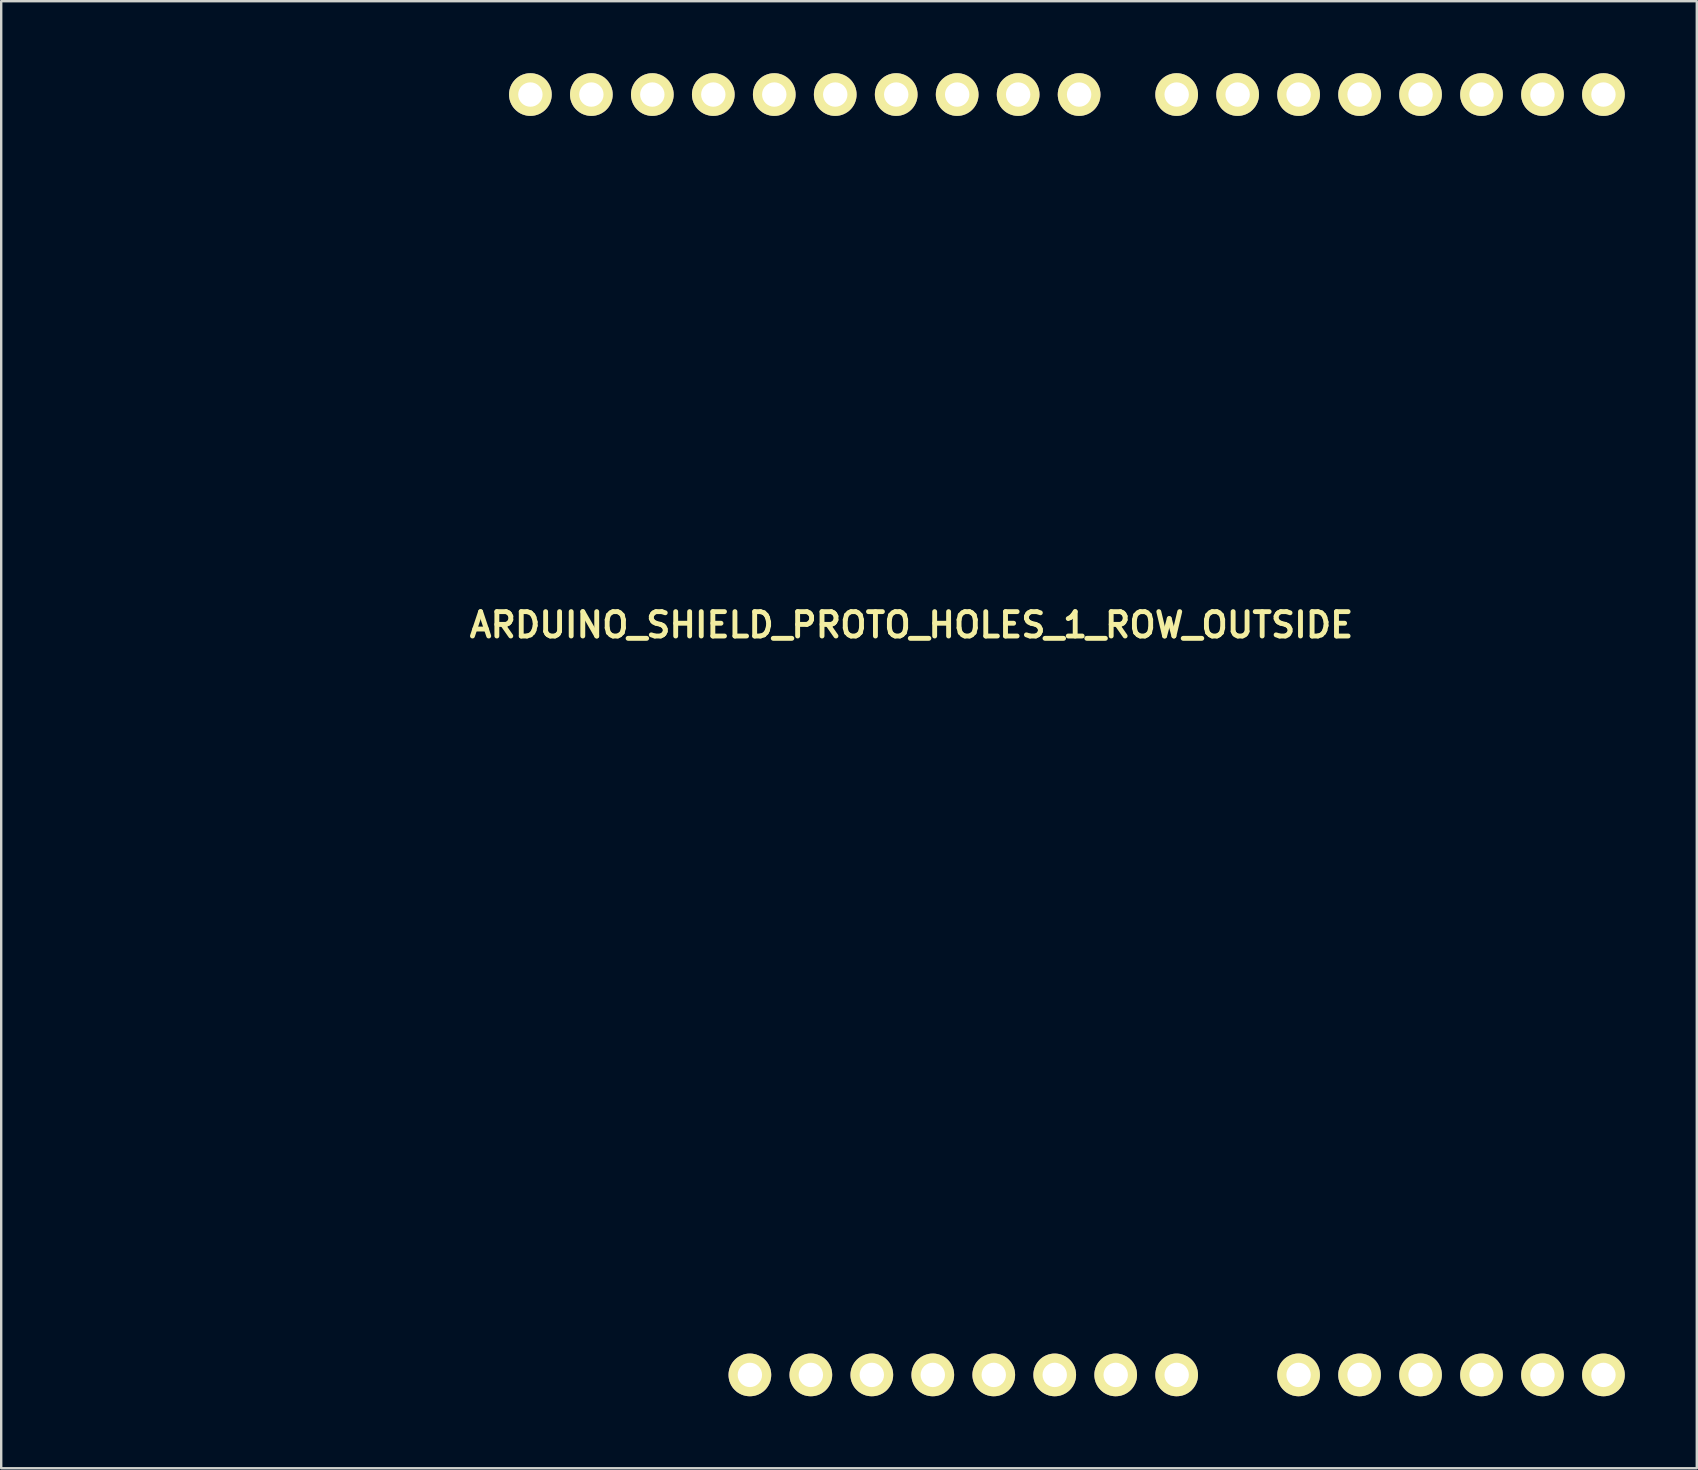
<source format=kicad_pcb>
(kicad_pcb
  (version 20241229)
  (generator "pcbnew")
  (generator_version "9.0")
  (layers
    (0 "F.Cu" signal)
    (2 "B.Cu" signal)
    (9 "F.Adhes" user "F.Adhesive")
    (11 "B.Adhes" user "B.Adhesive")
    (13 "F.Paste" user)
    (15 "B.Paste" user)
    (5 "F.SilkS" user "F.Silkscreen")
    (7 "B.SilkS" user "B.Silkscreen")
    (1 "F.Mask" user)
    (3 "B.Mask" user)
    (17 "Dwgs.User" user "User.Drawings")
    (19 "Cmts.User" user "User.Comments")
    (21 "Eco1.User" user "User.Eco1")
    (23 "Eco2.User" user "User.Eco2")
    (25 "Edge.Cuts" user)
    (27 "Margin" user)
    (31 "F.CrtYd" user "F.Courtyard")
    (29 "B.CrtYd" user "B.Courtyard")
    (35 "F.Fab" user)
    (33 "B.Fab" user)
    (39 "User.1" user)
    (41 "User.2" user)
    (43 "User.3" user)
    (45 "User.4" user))
  (footprint "ARDUINO_SHIELD_PROTO_HOLES_1_ROW_OUTSIDE"
    (layer "F.Cu")
    (at 0.25 54.229)
    (property "Reference" "ARDUINO_SHIELD_PROTO_HOLES_1_ROW_OUTSIDE" (at 34.671 -31.242 0) (layer "F.SilkS") (effects (font (size 1.016 1.016) (thickness 0.203))))
    (attr through_hole)
    (pad "0" thru_hole circle (at 63.5 -53.34) (size 1.778 1.778) (drill 1.016) (layers "*.Cu" "*.Mask" "F.SilkS"))
    (pad "1" thru_hole circle (at 60.96 -53.34) (size 1.778 1.778) (drill 1.016) (layers "*.Cu" "*.Mask" "F.SilkS"))
    (pad "2" thru_hole circle (at 58.42 -53.34) (size 1.778 1.778) (drill 1.016) (layers "*.Cu" "*.Mask" "F.SilkS"))
    (pad "3" thru_hole circle (at 55.88 -53.34) (size 1.778 1.778) (drill 1.016) (layers "*.Cu" "*.Mask" "F.SilkS"))
    (pad "3V3" thru_hole circle (at 35.56 0) (size 1.778 1.778) (drill 1.016) (layers "*.Cu" "*.Mask" "F.SilkS"))
    (pad "4" thru_hole circle (at 53.34 -53.34) (size 1.778 1.778) (drill 1.016) (layers "*.Cu" "*.Mask" "F.SilkS"))
    (pad "5" thru_hole circle (at 50.8 -53.34) (size 1.778 1.778) (drill 1.016) (layers "*.Cu" "*.Mask" "F.SilkS"))
    (pad "5V" thru_hole circle (at 38.1 0) (size 1.778 1.778) (drill 1.016) (layers "*.Cu" "*.Mask" "F.SilkS"))
    (pad "6" thru_hole circle (at 48.26 -53.34) (size 1.778 1.778) (drill 1.016) (layers "*.Cu" "*.Mask" "F.SilkS"))
    (pad "7" thru_hole circle (at 45.72 -53.34) (size 1.778 1.778) (drill 1.016) (layers "*.Cu" "*.Mask" "F.SilkS"))
    (pad "8" thru_hole circle (at 41.656 -53.34) (size 1.778 1.778) (drill 1.016) (layers "*.Cu" "*.Mask" "F.SilkS"))
    (pad "9" thru_hole circle (at 39.116 -53.34) (size 1.778 1.778) (drill 1.016) (layers "*.Cu" "*.Mask" "F.SilkS"))
    (pad "10" thru_hole circle (at 36.576 -53.34) (size 1.778 1.778) (drill 1.016) (layers "*.Cu" "*.Mask" "F.SilkS"))
    (pad "11" thru_hole circle (at 34.036 -53.34) (size 1.778 1.778) (drill 1.016) (layers "*.Cu" "*.Mask" "F.SilkS"))
    (pad "12" thru_hole circle (at 31.496 -53.34) (size 1.778 1.778) (drill 1.016) (layers "*.Cu" "*.Mask" "F.SilkS"))
    (pad "13" thru_hole circle (at 28.956 -53.34) (size 1.778 1.778) (drill 1.016) (layers "*.Cu" "*.Mask" "F.SilkS"))
    (pad "AD0" thru_hole circle (at 50.8 0) (size 1.778 1.778) (drill 1.016) (layers "*.Cu" "*.Mask" "F.SilkS"))
    (pad "AD1" thru_hole circle (at 53.34 0) (size 1.778 1.778) (drill 1.016) (layers "*.Cu" "*.Mask" "F.SilkS"))
    (pad "AD2" thru_hole circle (at 55.88 0) (size 1.778 1.778) (drill 1.016) (layers "*.Cu" "*.Mask" "F.SilkS"))
    (pad "AD3" thru_hole circle (at 58.42 0) (size 1.778 1.778) (drill 1.016) (layers "*.Cu" "*.Mask" "F.SilkS"))
    (pad "AD4" thru_hole circle (at 60.96 0) (size 1.778 1.778) (drill 1.016) (layers "*.Cu" "*.Mask" "F.SilkS"))
    (pad "AD5" thru_hole circle (at 63.5 0) (size 1.778 1.778) (drill 1.016) (layers "*.Cu" "*.Mask" "F.SilkS"))
    (pad "AREF" thru_hole circle (at 23.876 -53.34) (size 1.778 1.778) (drill 1.016) (layers "*.Cu" "*.Mask" "F.SilkS"))
    (pad "GND1" thru_hole circle (at 40.64 0) (size 1.778 1.778) (drill 1.016) (layers "*.Cu" "*.Mask" "F.SilkS"))
    (pad "GND2" thru_hole circle (at 43.18 0) (size 1.778 1.778) (drill 1.016) (layers "*.Cu" "*.Mask" "F.SilkS"))
    (pad "GND3" thru_hole circle (at 26.416 -53.34) (size 1.778 1.778) (drill 1.016) (layers "*.Cu" "*.Mask" "F.SilkS"))
    (pad "IORE" thru_hole circle (at 30.48 0) (size 1.778 1.778) (drill 1.016) (layers "*.Cu" "*.Mask" "F.SilkS"))
    (pad "NC" thru_hole circle (at 27.94 0) (size 1.778 1.778) (drill 1.016) (layers "*.Cu" "*.Mask" "F.SilkS"))
    (pad "RST" thru_hole circle (at 33.02 0) (size 1.778 1.778) (drill 1.016) (layers "*.Cu" "*.Mask" "F.SilkS"))
    (pad "SCL" thru_hole circle (at 18.796 -53.34) (size 1.778 1.778) (drill 1.016) (layers "*.Cu" "*.Mask" "F.SilkS"))
    (pad "SDA" thru_hole circle (at 21.336 -53.34) (size 1.778 1.778) (drill 1.016) (layers "*.Cu" "*.Mask" "F.SilkS"))
    (pad "V_IN" thru_hole circle (at 45.72 0) (size 1.778 1.778) (drill 1.016) (layers "*.Cu" "*.Mask" "F.SilkS")))
  (gr_rect
    (start -3 -3)
    (end 67.639 58.118)
    (stroke (width 0.1) (type default))
    (fill no)
    (layer "Edge.Cuts")))
</source>
